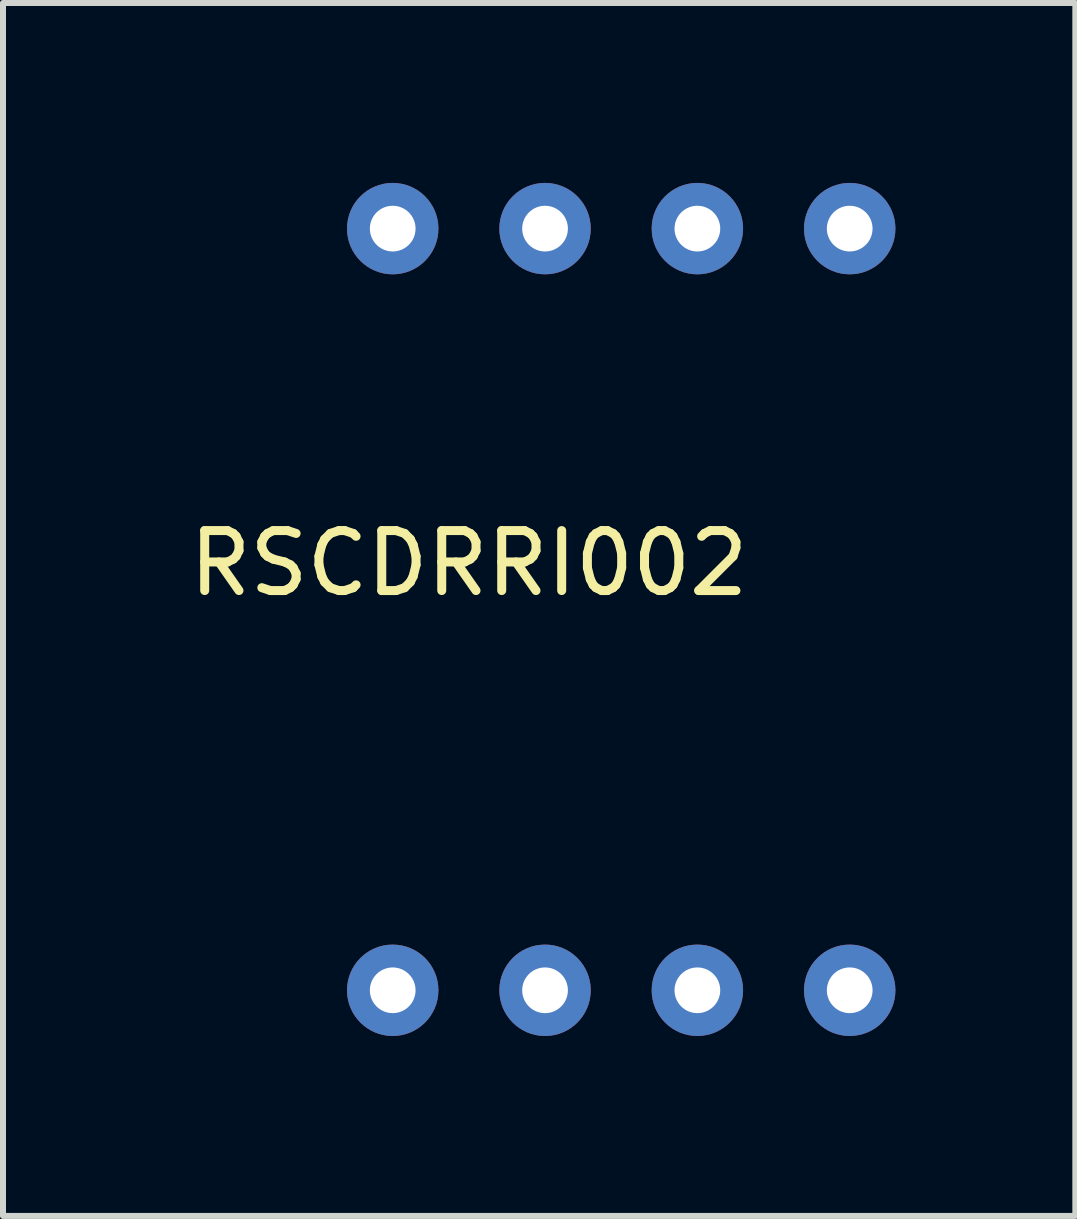
<source format=kicad_pcb>
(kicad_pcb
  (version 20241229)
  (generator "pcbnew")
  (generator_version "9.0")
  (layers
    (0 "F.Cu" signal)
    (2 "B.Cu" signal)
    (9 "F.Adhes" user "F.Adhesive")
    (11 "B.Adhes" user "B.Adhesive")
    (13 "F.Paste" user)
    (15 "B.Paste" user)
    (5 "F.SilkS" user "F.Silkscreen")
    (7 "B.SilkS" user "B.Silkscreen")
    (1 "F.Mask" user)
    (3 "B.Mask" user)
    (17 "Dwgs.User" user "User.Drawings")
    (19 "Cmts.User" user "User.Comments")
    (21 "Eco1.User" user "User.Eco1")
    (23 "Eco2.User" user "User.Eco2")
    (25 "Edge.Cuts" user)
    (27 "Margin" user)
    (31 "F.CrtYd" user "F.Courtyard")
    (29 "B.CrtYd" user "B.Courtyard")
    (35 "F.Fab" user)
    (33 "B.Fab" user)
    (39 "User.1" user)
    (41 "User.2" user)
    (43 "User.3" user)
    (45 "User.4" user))
  (footprint "RSCDRRI002"
    (layer "F.Cu")
    (at 3.498 0.762)
    (property "Reference" "RSCDRRI002" (at 1.27 5.58 0) (layer "F.SilkS") (effects (font (size 1 1) (thickness 0.15))))
    (attr through_hole)
    (pad "1" thru_hole circle (at 0 0) (size 1.524 1.524) (drill 0.762) (layers "*.Cu" "*.Mask"))
    (pad "2" thru_hole circle (at 2.54 0) (size 1.524 1.524) (drill 0.762) (layers "*.Cu" "*.Mask"))
    (pad "3" thru_hole circle (at 5.08 0) (size 1.524 1.524) (drill 0.762) (layers "*.Cu" "*.Mask"))
    (pad "4" thru_hole circle (at 7.62 0) (size 1.524 1.524) (drill 0.762) (layers "*.Cu" "*.Mask"))
    (pad "5" thru_hole circle (at 0 12.7) (size 1.524 1.524) (drill 0.762) (layers "*.Cu" "*.Mask"))
    (pad "6" thru_hole circle (at 2.54 12.7) (size 1.524 1.524) (drill 0.762) (layers "*.Cu" "*.Mask"))
    (pad "7" thru_hole circle (at 5.08 12.7) (size 1.524 1.524) (drill 0.762) (layers "*.Cu" "*.Mask"))
    (pad "8" thru_hole circle (at 7.62 12.7) (size 1.524 1.524) (drill 0.762) (layers "*.Cu" "*.Mask")))
  (gr_rect
    (start -3 -3)
    (end 14.88 17.224)
    (stroke (width 0.1) (type default))
    (fill no)
    (layer "Edge.Cuts")))
</source>
